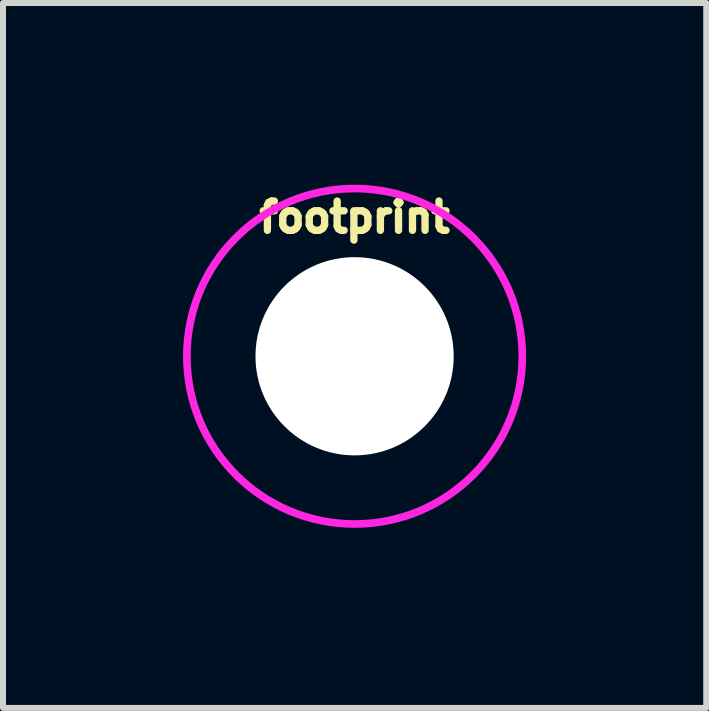
<source format=kicad_pcb>
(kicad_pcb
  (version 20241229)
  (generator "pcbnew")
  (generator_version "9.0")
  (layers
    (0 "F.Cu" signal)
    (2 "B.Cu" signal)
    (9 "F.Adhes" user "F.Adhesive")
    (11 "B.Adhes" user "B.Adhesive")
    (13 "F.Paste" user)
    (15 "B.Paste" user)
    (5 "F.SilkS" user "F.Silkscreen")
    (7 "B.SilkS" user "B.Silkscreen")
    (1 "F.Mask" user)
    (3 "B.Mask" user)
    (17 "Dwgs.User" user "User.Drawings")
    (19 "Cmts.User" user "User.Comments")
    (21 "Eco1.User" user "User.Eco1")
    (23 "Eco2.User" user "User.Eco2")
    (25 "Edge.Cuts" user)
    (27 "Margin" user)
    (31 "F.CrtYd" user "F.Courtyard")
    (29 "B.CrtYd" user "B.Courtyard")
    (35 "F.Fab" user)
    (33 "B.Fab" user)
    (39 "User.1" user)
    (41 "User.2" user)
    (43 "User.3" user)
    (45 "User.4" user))
  (footprint "footprint"
    (layer "F.Cu")
    (at 2.857 2.885)
    (property "Reference" "footprint" (at 0 -2.032 0) (layer "F.SilkS") (effects (font (size 0.488 0.488) (thickness 0.122)) (justify bottom)))
    (fp_circle (center 0 0) (end 2.794 0) (stroke (width 0.127) (type solid)) (fill no) (layer "F.CrtYd"))
    (pad "" np_thru_hole circle (at 0 0) (size 3.302 3.302) (drill 3.302) (layers "*.Cu" "*.Mask")))
  (gr_rect
    (start -3 -3)
    (end 8.715 8.743)
    (stroke (width 0.1) (type default))
    (fill no)
    (layer "Edge.Cuts")))
</source>
